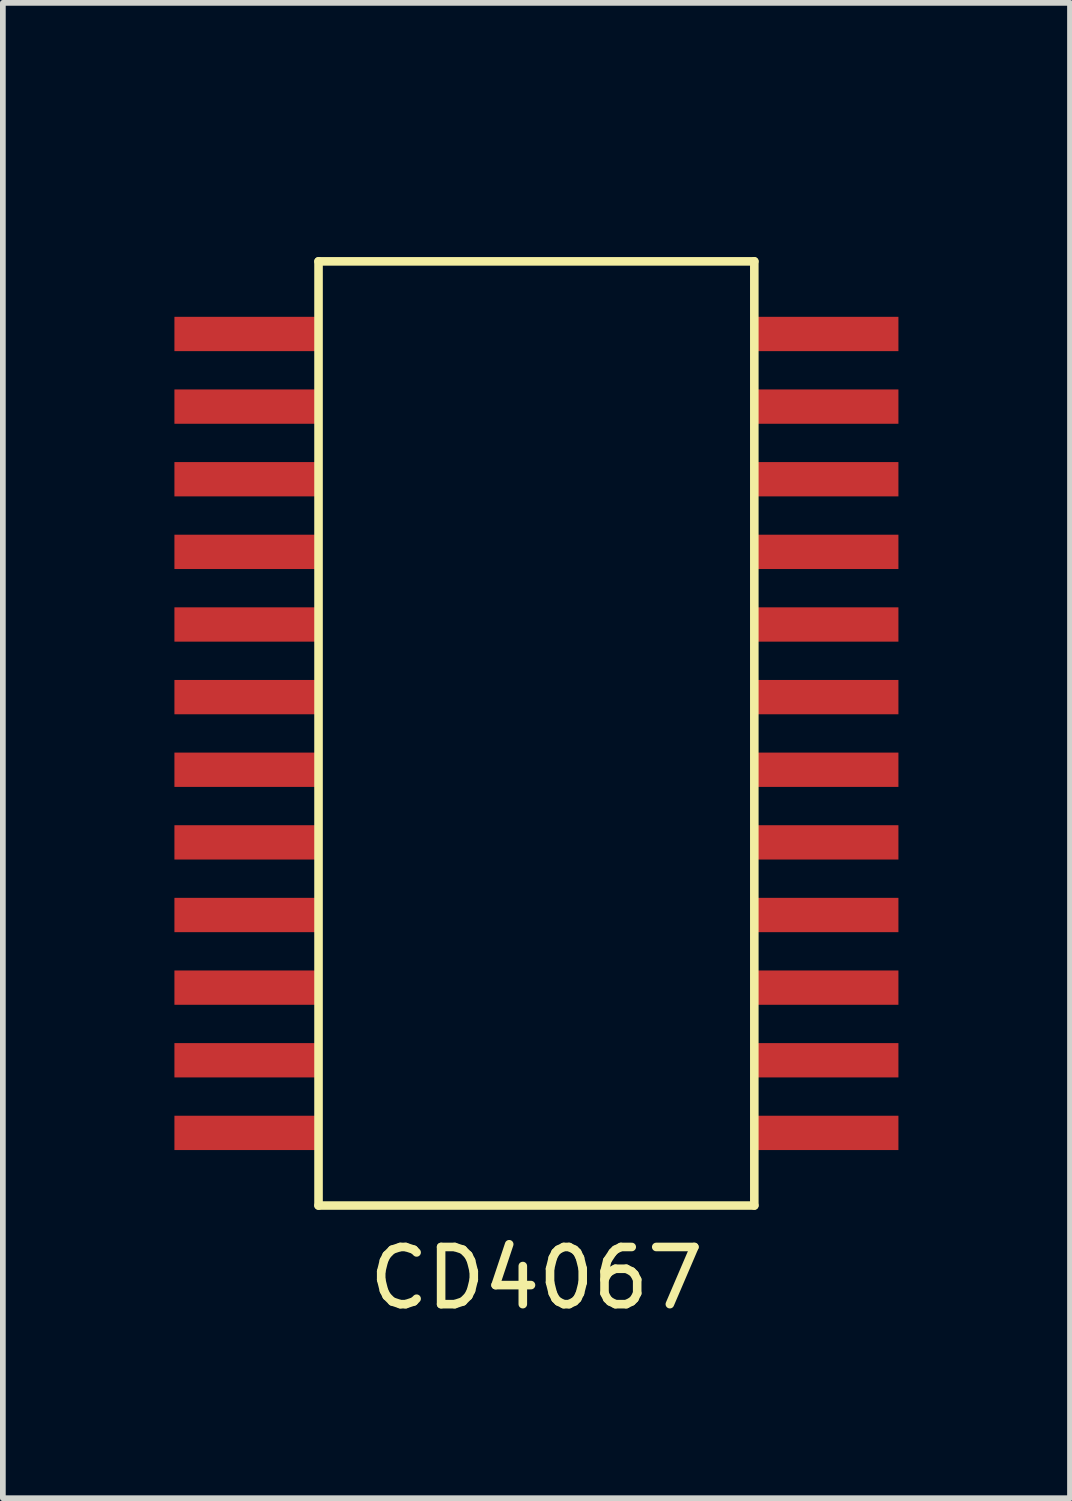
<source format=kicad_pcb>
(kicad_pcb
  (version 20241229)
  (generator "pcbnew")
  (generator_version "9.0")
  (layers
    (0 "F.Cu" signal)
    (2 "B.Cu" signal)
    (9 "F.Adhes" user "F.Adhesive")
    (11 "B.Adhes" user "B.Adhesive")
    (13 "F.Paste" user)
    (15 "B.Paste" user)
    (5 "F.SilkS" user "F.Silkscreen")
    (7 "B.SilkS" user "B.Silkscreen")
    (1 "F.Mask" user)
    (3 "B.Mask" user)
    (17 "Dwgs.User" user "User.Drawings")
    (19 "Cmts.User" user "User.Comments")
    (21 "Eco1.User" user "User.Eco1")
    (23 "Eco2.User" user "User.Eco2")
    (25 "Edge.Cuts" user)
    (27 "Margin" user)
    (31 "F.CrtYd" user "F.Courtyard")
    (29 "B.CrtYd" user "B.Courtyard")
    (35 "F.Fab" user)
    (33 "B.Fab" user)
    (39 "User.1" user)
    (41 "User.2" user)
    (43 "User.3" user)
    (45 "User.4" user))
  (footprint "CD4067"
    (layer "F.Cu")
    (at 6.33 0.25)
    (property "Reference" "CD4067" (at 0 19.05 0) (layer "F.SilkS") (effects (font (size 1 1) (thickness 0.15))))
    (attr through_hole)
    (fp_line (start -3.81 1.27) (end -3.81 17.78) (stroke (width 0.15) (type solid)) (layer "F.SilkS"))
    (fp_line (start -3.81 17.78) (end 3.81 17.78) (stroke (width 0.15) (type solid)) (layer "F.SilkS"))
    (fp_line (start 3.81 1.27) (end -3.81 1.27) (stroke (width 0.15) (type solid)) (layer "F.SilkS"))
    (fp_line (start 3.81 17.78) (end 3.81 1.27) (stroke (width 0.15) (type solid)) (layer "F.SilkS"))
    (pad "1" smd rect (at -5.08 2.54) (size 2.5 0.6) (layers "F.Cu" "F.Mask" "F.Paste"))
    (pad "2" smd rect (at -5.08 3.81) (size 2.5 0.6) (layers "F.Cu" "F.Mask" "F.Paste"))
    (pad "3" smd rect (at -5.08 5.08) (size 2.5 0.6) (layers "F.Cu" "F.Mask" "F.Paste"))
    (pad "4" smd rect (at -5.08 6.35) (size 2.5 0.6) (layers "F.Cu" "F.Mask" "F.Paste"))
    (pad "5" smd rect (at -5.08 7.62) (size 2.5 0.6) (layers "F.Cu" "F.Mask" "F.Paste"))
    (pad "6" smd rect (at -5.08 8.89) (size 2.5 0.6) (layers "F.Cu" "F.Mask" "F.Paste"))
    (pad "7" smd rect (at -5.08 10.16) (size 2.5 0.6) (layers "F.Cu" "F.Mask" "F.Paste"))
    (pad "8" smd rect (at -5.08 11.43) (size 2.5 0.6) (layers "F.Cu" "F.Mask" "F.Paste"))
    (pad "9" smd rect (at -5.08 12.7) (size 2.5 0.6) (layers "F.Cu" "F.Mask" "F.Paste"))
    (pad "10" smd rect (at -5.08 13.97) (size 2.5 0.6) (layers "F.Cu" "F.Mask" "F.Paste"))
    (pad "11" smd rect (at -5.08 15.24) (size 2.5 0.6) (layers "F.Cu" "F.Mask" "F.Paste"))
    (pad "12" smd rect (at -5.08 16.51) (size 2.5 0.6) (layers "F.Cu" "F.Mask" "F.Paste"))
    (pad "13" smd rect (at 5.08 16.51) (size 2.5 0.6) (layers "F.Cu" "F.Mask" "F.Paste"))
    (pad "14" smd rect (at 5.08 15.24) (size 2.5 0.6) (layers "F.Cu" "F.Mask" "F.Paste"))
    (pad "15" smd rect (at 5.08 13.97) (size 2.5 0.6) (layers "F.Cu" "F.Mask" "F.Paste"))
    (pad "16" smd rect (at 5.08 12.7) (size 2.5 0.6) (layers "F.Cu" "F.Mask" "F.Paste"))
    (pad "17" smd rect (at 5.08 11.43) (size 2.5 0.6) (layers "F.Cu" "F.Mask" "F.Paste"))
    (pad "18" smd rect (at 5.08 10.16) (size 2.5 0.6) (layers "F.Cu" "F.Mask" "F.Paste"))
    (pad "19" smd rect (at 5.08 8.89) (size 2.5 0.6) (layers "F.Cu" "F.Mask" "F.Paste"))
    (pad "20" smd rect (at 5.08 7.62) (size 2.5 0.6) (layers "F.Cu" "F.Mask" "F.Paste"))
    (pad "21" smd rect (at 5.08 6.35) (size 2.5 0.6) (layers "F.Cu" "F.Mask" "F.Paste"))
    (pad "22" smd rect (at 5.08 5.08) (size 2.5 0.6) (layers "F.Cu" "F.Mask" "F.Paste"))
    (pad "23" smd rect (at 5.08 3.81) (size 2.5 0.6) (layers "F.Cu" "F.Mask" "F.Paste"))
    (pad "24" smd rect (at 5.08 2.54) (size 2.5 0.6) (layers "F.Cu" "F.Mask" "F.Paste")))
  (gr_rect
    (start -3 -3)
    (end 15.66 23.148)
    (stroke (width 0.1) (type default))
    (fill no)
    (layer "Edge.Cuts")))
</source>
